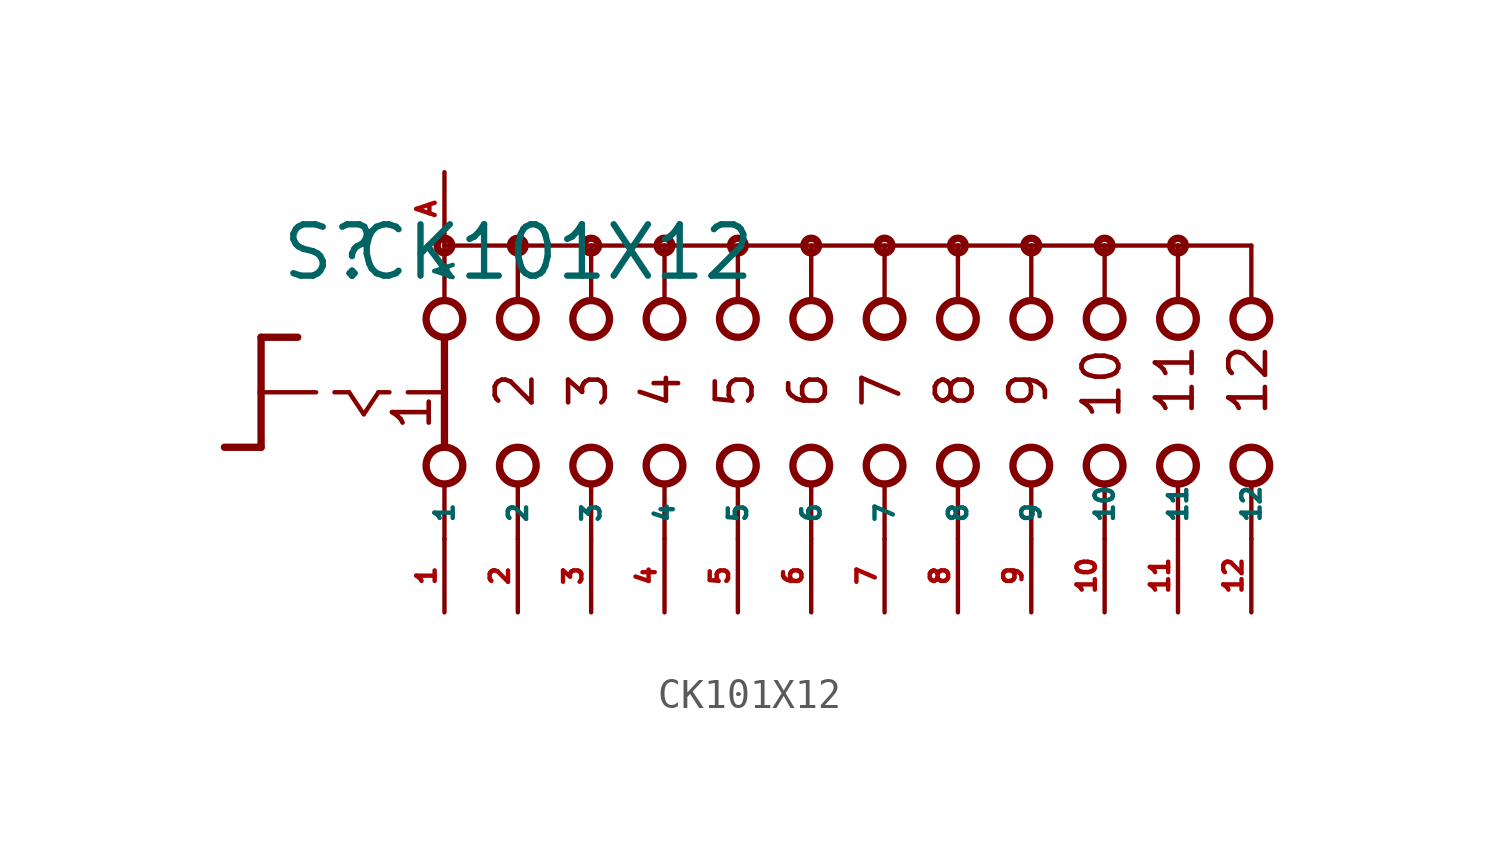
<source format=kicad_sym>
(kicad_symbol_lib
  (version 20220914)
  (generator Eagle2Kicad)
  (symbol "CK101X12"
    (property "Reference" "S"
      (at -18.415 3.81 0)
      (effects (font (size 1.778 1.778) (thickness 0.22)) (justify left bottom)))
    (property "Value" "CK101X12"
      (at -15.875 3.81 0)
      (effects (font (size 1.778 1.778) (thickness 0.22)) (justify left bottom)))
    (polyline
      (pts (xy -19.05 1.905) (xy -17.78 1.905))
      (stroke (width 0.254) (type default))
      (fill (type none)))
    (polyline
      (pts (xy -19.05 1.905) (xy -19.05 0))
      (stroke (width 0.254) (type default))
      (fill (type none)))
    (polyline
      (pts (xy -19.05 -1.905) (xy -20.32 -1.905))
      (stroke (width 0.254) (type default))
      (fill (type none)))
    (polyline
      (pts (xy -19.05 0) (xy -17.145 0))
      (stroke (width 0.152) (type default))
      (fill (type none)))
    (polyline
      (pts (xy -19.05 0) (xy -19.05 -1.905))
      (stroke (width 0.254) (type default))
      (fill (type none)))
    (polyline
      (pts (xy -16.51 0) (xy -16.002 0))
      (stroke (width 0.152) (type default))
      (fill (type none)))
    (polyline
      (pts (xy -14.986 0) (xy -14.605 0))
      (stroke (width 0.152) (type default))
      (fill (type none)))
    (polyline
      (pts (xy -13.97 0) (xy -12.827 0))
      (stroke (width 0.152) (type default))
      (fill (type none)))
    (polyline
      (pts (xy -16.002 0) (xy -15.494 -0.762))
      (stroke (width 0.152) (type default))
      (fill (type none)))
    (polyline
      (pts (xy -15.494 -0.762) (xy -14.986 0))
      (stroke (width 0.152) (type default))
      (fill (type none)))
    (polyline
      (pts (xy -10.16 3.175) (xy -10.16 5.08))
      (stroke (width 0.152) (type default))
      (fill (type none)))
    (polyline
      (pts (xy -7.62 3.175) (xy -7.62 5.08))
      (stroke (width 0.152) (type default))
      (fill (type none)))
    (polyline
      (pts (xy -5.08 3.175) (xy -5.08 5.08))
      (stroke (width 0.152) (type default))
      (fill (type none)))
    (polyline
      (pts (xy -10.16 -5.08) (xy -10.16 -3.175))
      (stroke (width 0.152) (type default))
      (fill (type none)))
    (polyline
      (pts (xy -7.62 -5.08) (xy -7.62 -3.175))
      (stroke (width 0.152) (type default))
      (fill (type none)))
    (polyline
      (pts (xy -5.08 -5.08) (xy -5.08 -3.175))
      (stroke (width 0.152) (type default))
      (fill (type none)))
    (polyline
      (pts (xy -7.62 5.08) (xy -10.16 5.08))
      (stroke (width 0.152) (type default))
      (fill (type none)))
    (polyline
      (pts (xy -7.62 5.08) (xy -5.08 5.08))
      (stroke (width 0.152) (type default))
      (fill (type none)))
    (polyline
      (pts (xy -2.54 -5.08) (xy -2.54 -3.175))
      (stroke (width 0.152) (type default))
      (fill (type none)))
    (polyline
      (pts (xy 0 -5.08) (xy 0 -3.175))
      (stroke (width 0.152) (type default))
      (fill (type none)))
    (polyline
      (pts (xy -2.54 3.175) (xy -2.54 5.08))
      (stroke (width 0.152) (type default))
      (fill (type none)))
    (polyline
      (pts (xy 0 3.175) (xy 0 5.08))
      (stroke (width 0.152) (type default))
      (fill (type none)))
    (polyline
      (pts (xy -5.08 5.08) (xy -2.54 5.08))
      (stroke (width 0.152) (type default))
      (fill (type none)))
    (polyline
      (pts (xy -2.54 5.08) (xy 0 5.08))
      (stroke (width 0.152) (type default))
      (fill (type none)))
    (polyline
      (pts (xy -12.7 5.08) (xy -12.7 3.175))
      (stroke (width 0.152) (type default))
      (fill (type none)))
    (polyline
      (pts (xy -12.7 1.905) (xy -12.7 -1.905))
      (stroke (width 0.254) (type default))
      (fill (type none)))
    (polyline
      (pts (xy -12.7 -3.175) (xy -12.7 -5.08))
      (stroke (width 0.152) (type default))
      (fill (type none)))
    (polyline
      (pts (xy -10.16 5.08) (xy -12.7 5.08))
      (stroke (width 0.152) (type default))
      (fill (type none)))
    (polyline
      (pts (xy 0 5.08) (xy 2.54 5.08))
      (stroke (width 0.152) (type default))
      (fill (type none)))
    (polyline
      (pts (xy 2.54 3.175) (xy 2.54 5.08))
      (stroke (width 0.152) (type default))
      (fill (type none)))
    (polyline
      (pts (xy 2.54 -5.08) (xy 2.54 -3.175))
      (stroke (width 0.152) (type default))
      (fill (type none)))
    (polyline
      (pts (xy 5.08 3.175) (xy 5.08 5.08))
      (stroke (width 0.152) (type default))
      (fill (type none)))
    (polyline
      (pts (xy 7.62 3.175) (xy 7.62 5.08))
      (stroke (width 0.152) (type default))
      (fill (type none)))
    (polyline
      (pts (xy 10.16 3.175) (xy 10.16 5.08))
      (stroke (width 0.152) (type default))
      (fill (type none)))
    (polyline
      (pts (xy 12.7 3.175) (xy 12.7 5.08))
      (stroke (width 0.152) (type default))
      (fill (type none)))
    (polyline
      (pts (xy 15.24 3.175) (xy 15.24 5.08))
      (stroke (width 0.152) (type default))
      (fill (type none)))
    (polyline
      (pts (xy 2.54 5.08) (xy 5.08 5.08))
      (stroke (width 0.152) (type default))
      (fill (type none)))
    (polyline
      (pts (xy 5.08 5.08) (xy 7.62 5.08))
      (stroke (width 0.152) (type default))
      (fill (type none)))
    (polyline
      (pts (xy 7.62 5.08) (xy 10.16 5.08))
      (stroke (width 0.152) (type default))
      (fill (type none)))
    (polyline
      (pts (xy 10.16 5.08) (xy 12.7 5.08))
      (stroke (width 0.152) (type default))
      (fill (type none)))
    (polyline
      (pts (xy 12.7 5.08) (xy 15.24 5.08))
      (stroke (width 0.152) (type default))
      (fill (type none)))
    (polyline
      (pts (xy 5.08 -5.08) (xy 5.08 -3.175))
      (stroke (width 0.152) (type default))
      (fill (type none)))
    (polyline
      (pts (xy 7.62 -5.08) (xy 7.62 -3.175))
      (stroke (width 0.152) (type default))
      (fill (type none)))
    (polyline
      (pts (xy 10.16 -5.08) (xy 10.16 -3.175))
      (stroke (width 0.152) (type default))
      (fill (type none)))
    (polyline
      (pts (xy 12.7 -5.08) (xy 12.7 -3.175))
      (stroke (width 0.152) (type default))
      (fill (type none)))
    (polyline
      (pts (xy 15.24 -5.08) (xy 15.24 -3.175))
      (stroke (width 0.152) (type default))
      (fill (type none)))
    (text "1"
      (at -13.081 -1.397 900)
      (effects (font (size 1.27 1.27) (thickness 0.16)) (justify left bottom)))
    (text "2"
      (at -9.525 -0.635 900)
      (effects (font (size 1.27 1.27) (thickness 0.16)) (justify left bottom)))
    (text "3"
      (at -6.985 -0.635 900)
      (effects (font (size 1.27 1.27) (thickness 0.16)) (justify left bottom)))
    (text "4"
      (at -4.445 -0.635 900)
      (effects (font (size 1.27 1.27) (thickness 0.16)) (justify left bottom)))
    (text "5"
      (at -1.905 -0.635 900)
      (effects (font (size 1.27 1.27) (thickness 0.16)) (justify left bottom)))
    (text "6"
      (at 0.635 -0.635 900)
      (effects (font (size 1.27 1.27) (thickness 0.16)) (justify left bottom)))
    (text "7"
      (at 3.175 -0.635 900)
      (effects (font (size 1.27 1.27) (thickness 0.16)) (justify left bottom)))
    (text "8"
      (at 5.715 -0.635 900)
      (effects (font (size 1.27 1.27) (thickness 0.16)) (justify left bottom)))
    (text "9"
      (at 8.255 -0.635 900)
      (effects (font (size 1.27 1.27) (thickness 0.16)) (justify left bottom)))
    (text "10"
      (at 10.795 -1.016 900)
      (effects (font (size 1.27 1.27) (thickness 0.16)) (justify left bottom)))
    (text "11"
      (at 13.335 -0.889 900)
      (effects (font (size 1.27 1.27) (thickness 0.16)) (justify left bottom)))
    (text "12"
      (at 15.875 -0.889 900)
      (effects (font (size 1.27 1.27) (thickness 0.16)) (justify left bottom)))
    (circle
      (center -7.62 5.08)
      (radius 0.254)
      (stroke (width 0.254) (type default))
      (fill (type none)))
    (circle
      (center -5.08 5.08)
      (radius 0.254)
      (stroke (width 0.254) (type default))
      (fill (type none)))
    (circle
      (center 0 5.08)
      (radius 0.254)
      (stroke (width 0.254) (type default))
      (fill (type none)))
    (circle
      (center -12.7 5.08)
      (radius 0.254)
      (stroke (width 0.254) (type default))
      (fill (type none)))
    (circle
      (center -10.16 5.08)
      (radius 0.254)
      (stroke (width 0.254) (type default))
      (fill (type none)))
    (circle
      (center -12.7 2.54)
      (radius 0.635)
      (stroke (width 0.254) (type default))
      (fill (type none)))
    (circle
      (center -10.16 2.54)
      (radius 0.635)
      (stroke (width 0.254) (type default))
      (fill (type none)))
    (circle
      (center -7.62 2.54)
      (radius 0.635)
      (stroke (width 0.254) (type default))
      (fill (type none)))
    (circle
      (center -12.7 -2.54)
      (radius 0.635)
      (stroke (width 0.254) (type default))
      (fill (type none)))
    (circle
      (center -10.16 -2.54)
      (radius 0.635)
      (stroke (width 0.254) (type default))
      (fill (type none)))
    (circle
      (center -7.62 -2.54)
      (radius 0.635)
      (stroke (width 0.254) (type default))
      (fill (type none)))
    (circle
      (center -2.54 5.08)
      (radius 0.254)
      (stroke (width 0.254) (type default))
      (fill (type none)))
    (circle
      (center -5.08 2.54)
      (radius 0.635)
      (stroke (width 0.254) (type default))
      (fill (type none)))
    (circle
      (center -2.54 2.54)
      (radius 0.635)
      (stroke (width 0.254) (type default))
      (fill (type none)))
    (circle
      (center -5.08 -2.54)
      (radius 0.635)
      (stroke (width 0.254) (type default))
      (fill (type none)))
    (circle
      (center -2.54 -2.54)
      (radius 0.635)
      (stroke (width 0.254) (type default))
      (fill (type none)))
    (circle
      (center 0 2.54)
      (radius 0.635)
      (stroke (width 0.254) (type default))
      (fill (type none)))
    (circle
      (center 0 -2.54)
      (radius 0.635)
      (stroke (width 0.254) (type default))
      (fill (type none)))
    (circle
      (center 2.54 5.08)
      (radius 0.254)
      (stroke (width 0.254) (type default))
      (fill (type none)))
    (circle
      (center 2.54 2.54)
      (radius 0.635)
      (stroke (width 0.254) (type default))
      (fill (type none)))
    (circle
      (center 2.54 -2.54)
      (radius 0.635)
      (stroke (width 0.254) (type default))
      (fill (type none)))
    (circle
      (center 5.08 2.54)
      (radius 0.635)
      (stroke (width 0.254) (type default))
      (fill (type none)))
    (circle
      (center 7.62 2.54)
      (radius 0.635)
      (stroke (width 0.254) (type default))
      (fill (type none)))
    (circle
      (center 10.16 2.54)
      (radius 0.635)
      (stroke (width 0.254) (type default))
      (fill (type none)))
    (circle
      (center 12.7 2.54)
      (radius 0.635)
      (stroke (width 0.254) (type default))
      (fill (type none)))
    (circle
      (center 15.24 2.54)
      (radius 0.635)
      (stroke (width 0.254) (type default))
      (fill (type none)))
    (circle
      (center 5.08 5.08)
      (radius 0.254)
      (stroke (width 0.254) (type default))
      (fill (type none)))
    (circle
      (center 7.62 5.08)
      (radius 0.254)
      (stroke (width 0.254) (type default))
      (fill (type none)))
    (circle
      (center 10.16 5.08)
      (radius 0.254)
      (stroke (width 0.254) (type default))
      (fill (type none)))
    (circle
      (center 12.7 5.08)
      (radius 0.254)
      (stroke (width 0.254) (type default))
      (fill (type none)))
    (circle
      (center 5.08 -2.54)
      (radius 0.635)
      (stroke (width 0.254) (type default))
      (fill (type none)))
    (circle
      (center 7.62 -2.54)
      (radius 0.635)
      (stroke (width 0.254) (type default))
      (fill (type none)))
    (circle
      (center 10.16 -2.54)
      (radius 0.635)
      (stroke (width 0.254) (type default))
      (fill (type none)))
    (circle
      (center 12.7 -2.54)
      (radius 0.635)
      (stroke (width 0.254) (type default))
      (fill (type none)))
    (circle
      (center 15.24 -2.54)
      (radius 0.635)
      (stroke (width 0.254) (type default))
      (fill (type none)))
    (pin passive line
      (at -12.7 -7.62 90)
      (length 2.54)
      (name "1" (effects (font (size 0.635 0.635) (thickness 0.08)) (justify left bottom)))
      (number "1" (effects (font (size 0.635 0.635) (thickness 0.08)) (justify left bottom))))
    (pin passive line
      (at -12.7 7.62 270)
      (length 2.54)
      (name "A" (effects (font (size 0.635 0.635) (thickness 0.08)) (justify left bottom)))
      (number "A" (effects (font (size 0.635 0.635) (thickness 0.08)) (justify left bottom))))
    (pin passive line
      (at -10.16 -7.62 90)
      (length 2.54)
      (name "2" (effects (font (size 0.635 0.635) (thickness 0.08)) (justify left bottom)))
      (number "2" (effects (font (size 0.635 0.635) (thickness 0.08)) (justify left bottom))))
    (pin passive line
      (at -7.62 -7.62 90)
      (length 2.54)
      (name "3" (effects (font (size 0.635 0.635) (thickness 0.08)) (justify left bottom)))
      (number "3" (effects (font (size 0.635 0.635) (thickness 0.08)) (justify left bottom))))
    (pin passive line
      (at -5.08 -7.62 90)
      (length 2.54)
      (name "4" (effects (font (size 0.635 0.635) (thickness 0.08)) (justify left bottom)))
      (number "4" (effects (font (size 0.635 0.635) (thickness 0.08)) (justify left bottom))))
    (pin passive line
      (at -2.54 -7.62 90)
      (length 2.54)
      (name "5" (effects (font (size 0.635 0.635) (thickness 0.08)) (justify left bottom)))
      (number "5" (effects (font (size 0.635 0.635) (thickness 0.08)) (justify left bottom))))
    (pin passive line
      (at 0 -7.62 90)
      (length 2.54)
      (name "6" (effects (font (size 0.635 0.635) (thickness 0.08)) (justify left bottom)))
      (number "6" (effects (font (size 0.635 0.635) (thickness 0.08)) (justify left bottom))))
    (pin passive line
      (at 2.54 -7.62 90)
      (length 2.54)
      (name "7" (effects (font (size 0.635 0.635) (thickness 0.08)) (justify left bottom)))
      (number "7" (effects (font (size 0.635 0.635) (thickness 0.08)) (justify left bottom))))
    (pin passive line
      (at 5.08 -7.62 90)
      (length 2.54)
      (name "8" (effects (font (size 0.635 0.635) (thickness 0.08)) (justify left bottom)))
      (number "8" (effects (font (size 0.635 0.635) (thickness 0.08)) (justify left bottom))))
    (pin passive line
      (at 7.62 -7.62 90)
      (length 2.54)
      (name "9" (effects (font (size 0.635 0.635) (thickness 0.08)) (justify left bottom)))
      (number "9" (effects (font (size 0.635 0.635) (thickness 0.08)) (justify left bottom))))
    (pin passive line
      (at 10.16 -7.62 90)
      (length 2.54)
      (name "10" (effects (font (size 0.635 0.635) (thickness 0.08)) (justify left bottom)))
      (number "10" (effects (font (size 0.635 0.635) (thickness 0.08)) (justify left bottom))))
    (pin passive line
      (at 12.7 -7.62 90)
      (length 2.54)
      (name "11" (effects (font (size 0.635 0.635) (thickness 0.08)) (justify left bottom)))
      (number "11" (effects (font (size 0.635 0.635) (thickness 0.08)) (justify left bottom))))
    (pin passive line
      (at 15.24 -7.62 90)
      (length 2.54)
      (name "12" (effects (font (size 0.635 0.635) (thickness 0.08)) (justify left bottom)))
      (number "12" (effects (font (size 0.635 0.635) (thickness 0.08)) (justify left bottom))))))
</source>
